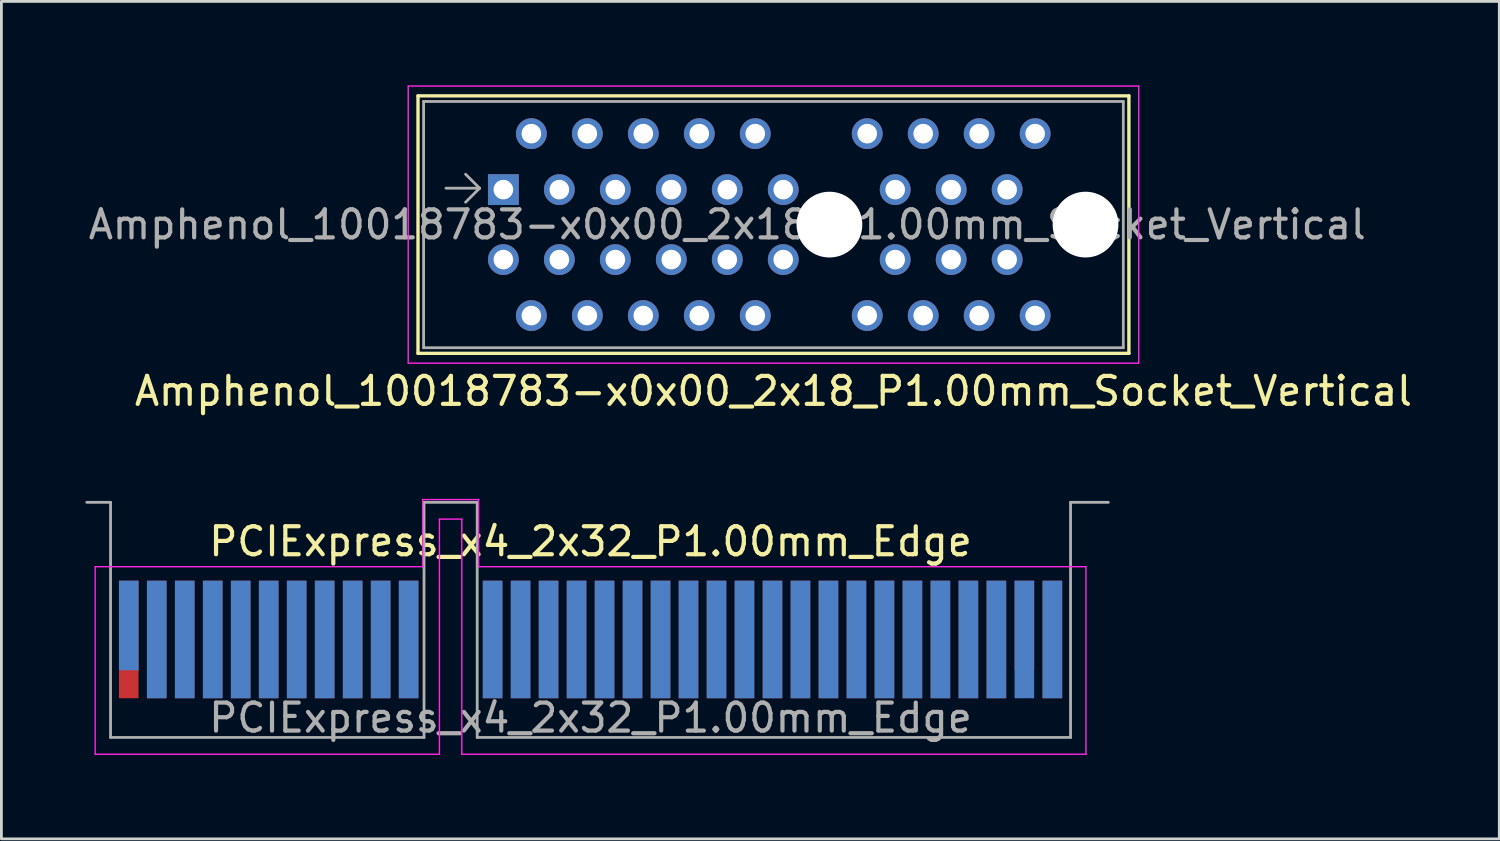
<source format=kicad_pcb>
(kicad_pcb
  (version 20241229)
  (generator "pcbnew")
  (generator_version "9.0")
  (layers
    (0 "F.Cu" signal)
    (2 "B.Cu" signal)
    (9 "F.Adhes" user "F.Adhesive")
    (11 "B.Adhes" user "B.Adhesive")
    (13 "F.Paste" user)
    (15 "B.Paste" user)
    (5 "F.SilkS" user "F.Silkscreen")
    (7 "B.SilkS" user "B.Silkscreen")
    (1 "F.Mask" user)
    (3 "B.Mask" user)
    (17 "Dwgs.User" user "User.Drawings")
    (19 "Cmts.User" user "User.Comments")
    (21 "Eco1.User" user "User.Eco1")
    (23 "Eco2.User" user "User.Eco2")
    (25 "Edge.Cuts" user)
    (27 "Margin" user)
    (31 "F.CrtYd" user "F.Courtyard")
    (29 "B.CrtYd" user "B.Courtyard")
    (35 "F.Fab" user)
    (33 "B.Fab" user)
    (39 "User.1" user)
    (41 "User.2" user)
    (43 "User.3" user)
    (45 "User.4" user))
  (footprint "PCIExpress_x4_2x32_P1.00mm_Edge"
    (layer "F.Cu")
    (at 18.05 19.798)
    (property "Reference" "PCIExpress_x4_2x32_P1.00mm_Edge" (at 0 -3.5 0) (layer "F.SilkS") (effects (font (size 1 1) (thickness 0.15))))
    (attr exclude_from_pos_files exclude_from_bom)
    (fp_line (start -17.7 -2.6) (end -17.7 4.1) (stroke (width 0.05) (type solid)) (layer "F.CrtYd"))
    (fp_line (start -17.7 4.1) (end -5.4 4.1) (stroke (width 0.05) (type solid)) (layer "F.CrtYd"))
    (fp_line (start -6 -5) (end -6 -2.6) (stroke (width 0.05) (type solid)) (layer "F.CrtYd"))
    (fp_line (start -6 -2.6) (end -17.7 -2.6) (stroke (width 0.05) (type solid)) (layer "F.CrtYd"))
    (fp_line (start -5.4 -4.3) (end -4.6 -4.3) (stroke (width 0.05) (type solid)) (layer "F.CrtYd"))
    (fp_line (start -5.4 4.1) (end -5.4 -4.3) (stroke (width 0.05) (type solid)) (layer "F.CrtYd"))
    (fp_line (start -4.6 -4.3) (end -4.6 4.1) (stroke (width 0.05) (type solid)) (layer "F.CrtYd"))
    (fp_line (start -4.6 4.1) (end 17.7 4.1) (stroke (width 0.05) (type solid)) (layer "F.CrtYd"))
    (fp_line (start -4 -5) (end -6 -5) (stroke (width 0.05) (type solid)) (layer "F.CrtYd"))
    (fp_line (start -4 -2.6) (end -4 -5) (stroke (width 0.05) (type solid)) (layer "F.CrtYd"))
    (fp_line (start 17.7 -2.6) (end -4 -2.6) (stroke (width 0.05) (type solid)) (layer "F.CrtYd"))
    (fp_line (start 17.7 4.1) (end 17.7 -2.6) (stroke (width 0.05) (type solid)) (layer "F.CrtYd"))
    (fp_line (start -17.15 -4.9) (end -18 -4.9) (stroke (width 0.1) (type solid)) (layer "F.Fab"))
    (fp_line (start -17.15 -4.9) (end -17.15 3.5) (stroke (width 0.1) (type solid)) (layer "F.Fab"))
    (fp_line (start -17.15 3.5) (end -5.95 3.5) (stroke (width 0.1) (type solid)) (layer "F.Fab"))
    (fp_line (start -5.95 -4.9) (end -5.95 3.5) (stroke (width 0.1) (type solid)) (layer "F.Fab"))
    (fp_line (start -5.95 -4.9) (end -4.05 -4.9) (stroke (width 0.1) (type solid)) (layer "F.Fab"))
    (fp_line (start -4.05 -4.9) (end -4.05 3.5) (stroke (width 0.1) (type solid)) (layer "F.Fab"))
    (fp_line (start -4.05 3.5) (end 17.15 3.5) (stroke (width 0.1) (type solid)) (layer "F.Fab"))
    (fp_line (start 17.15 -4.9) (end 17.15 3.5) (stroke (width 0.1) (type solid)) (layer "F.Fab"))
    (fp_line (start 17.15 -4.9) (end 18.5 -4.9) (stroke (width 0.1) (type solid)) (layer "F.Fab"))
    (fp_text user "${REFERENCE}" (at 0 2.8 0) (layer "F.Fab") (effects (font (size 1 1) (thickness 0.15))))
    (pad "A1" connect rect (at -16.5 -0.5) (size 0.7 3.2) (layers "B.Cu" "B.Mask"))
    (pad "A2" connect rect (at -15.5 0) (size 0.7 4.2) (layers "B.Cu" "B.Mask"))
    (pad "A3" connect rect (at -14.5 0) (size 0.7 4.2) (layers "B.Cu" "B.Mask"))
    (pad "A4" connect rect (at -13.5 0) (size 0.7 4.2) (layers "B.Cu" "B.Mask"))
    (pad "A5" connect rect (at -12.5 0) (size 0.7 4.2) (layers "B.Cu" "B.Mask"))
    (pad "A6" connect rect (at -11.5 0) (size 0.7 4.2) (layers "B.Cu" "B.Mask"))
    (pad "A7" connect rect (at -10.5 0) (size 0.7 4.2) (layers "B.Cu" "B.Mask"))
    (pad "A8" connect rect (at -9.5 0) (size 0.7 4.2) (layers "B.Cu" "B.Mask"))
    (pad "A9" connect rect (at -8.5 0) (size 0.7 4.2) (layers "B.Cu" "B.Mask"))
    (pad "A10" connect rect (at -7.5 0) (size 0.7 4.2) (layers "B.Cu" "B.Mask"))
    (pad "A11" connect rect (at -6.5 0) (size 0.7 4.2) (layers "B.Cu" "B.Mask"))
    (pad "A12" connect rect (at -3.5 0) (size 0.7 4.2) (layers "B.Cu" "B.Mask"))
    (pad "A13" connect rect (at -2.5 0) (size 0.7 4.2) (layers "B.Cu" "B.Mask"))
    (pad "A14" connect rect (at -1.5 0) (size 0.7 4.2) (layers "B.Cu" "B.Mask"))
    (pad "A15" connect rect (at -0.5 0) (size 0.7 4.2) (layers "B.Cu" "B.Mask"))
    (pad "A16" connect rect (at 0.5 0) (size 0.7 4.2) (layers "B.Cu" "B.Mask"))
    (pad "A17" connect rect (at 1.5 0) (size 0.7 4.2) (layers "B.Cu" "B.Mask"))
    (pad "A18" connect rect (at 2.5 0) (size 0.7 4.2) (layers "B.Cu" "B.Mask"))
    (pad "A19" connect rect (at 3.5 0) (size 0.7 4.2) (layers "B.Cu" "B.Mask"))
    (pad "A20" connect rect (at 4.5 0) (size 0.7 4.2) (layers "B.Cu" "B.Mask"))
    (pad "A21" connect rect (at 5.5 0) (size 0.7 4.2) (layers "B.Cu" "B.Mask"))
    (pad "A22" connect rect (at 6.5 0) (size 0.7 4.2) (layers "B.Cu" "B.Mask"))
    (pad "A23" connect rect (at 7.5 0) (size 0.7 4.2) (layers "B.Cu" "B.Mask"))
    (pad "A24" connect rect (at 8.5 0) (size 0.7 4.2) (layers "B.Cu" "B.Mask"))
    (pad "A25" connect rect (at 9.5 0) (size 0.7 4.2) (layers "B.Cu" "B.Mask"))
    (pad "A26" connect rect (at 10.5 0) (size 0.7 4.2) (layers "B.Cu" "B.Mask"))
    (pad "A27" connect rect (at 11.5 0) (size 0.7 4.2) (layers "B.Cu" "B.Mask"))
    (pad "A28" connect rect (at 12.5 0) (size 0.7 4.2) (layers "B.Cu" "B.Mask"))
    (pad "A29" connect rect (at 13.5 0) (size 0.7 4.2) (layers "B.Cu" "B.Mask"))
    (pad "A30" connect rect (at 14.5 0) (size 0.7 4.2) (layers "B.Cu" "B.Mask"))
    (pad "A31" connect rect (at 15.5 0) (size 0.7 4.2) (layers "B.Cu" "B.Mask"))
    (pad "A32" connect rect (at 16.5 0) (size 0.7 4.2) (layers "B.Cu" "B.Mask"))
    (pad "B1" connect rect (at -16.5 0) (size 0.7 4.2) (layers "F.Cu" "F.Mask"))
    (pad "B2" connect rect (at -15.5 0) (size 0.7 4.2) (layers "F.Cu" "F.Mask"))
    (pad "B3" connect rect (at -14.5 0) (size 0.7 4.2) (layers "F.Cu" "F.Mask"))
    (pad "B4" connect rect (at -13.5 0) (size 0.7 4.2) (layers "F.Cu" "F.Mask"))
    (pad "B5" connect rect (at -12.5 0) (size 0.7 4.2) (layers "F.Cu" "F.Mask"))
    (pad "B6" connect rect (at -11.5 0) (size 0.7 4.2) (layers "F.Cu" "F.Mask"))
    (pad "B7" connect rect (at -10.5 0) (size 0.7 4.2) (layers "F.Cu" "F.Mask"))
    (pad "B8" connect rect (at -9.5 0) (size 0.7 4.2) (layers "F.Cu" "F.Mask"))
    (pad "B9" connect rect (at -8.5 0) (size 0.7 4.2) (layers "F.Cu" "F.Mask"))
    (pad "B10" connect rect (at -7.5 0) (size 0.7 4.2) (layers "F.Cu" "F.Mask"))
    (pad "B11" connect rect (at -6.5 0) (size 0.7 4.2) (layers "F.Cu" "F.Mask"))
    (pad "B12" connect rect (at -3.5 0) (size 0.7 4.2) (layers "F.Cu" "F.Mask"))
    (pad "B13" connect rect (at -2.5 0) (size 0.7 4.2) (layers "F.Cu" "F.Mask"))
    (pad "B14" connect rect (at -1.5 0) (size 0.7 4.2) (layers "F.Cu" "F.Mask"))
    (pad "B15" connect rect (at -0.5 0) (size 0.7 4.2) (layers "F.Cu" "F.Mask"))
    (pad "B16" connect rect (at 0.5 0) (size 0.7 4.2) (layers "F.Cu" "F.Mask"))
    (pad "B17" connect rect (at 1.5 0) (size 0.7 4.2) (layers "F.Cu" "F.Mask"))
    (pad "B18" connect rect (at 2.5 0) (size 0.7 4.2) (layers "F.Cu" "F.Mask"))
    (pad "B19" connect rect (at 3.5 0) (size 0.7 4.2) (layers "F.Cu" "F.Mask"))
    (pad "B20" connect rect (at 4.5 0) (size 0.7 4.2) (layers "F.Cu" "F.Mask"))
    (pad "B21" connect rect (at 5.5 0) (size 0.7 4.2) (layers "F.Cu" "F.Mask"))
    (pad "B22" connect rect (at 6.5 0) (size 0.7 4.2) (layers "F.Cu" "F.Mask"))
    (pad "B23" connect rect (at 7.5 0) (size 0.7 4.2) (layers "F.Cu" "F.Mask"))
    (pad "B24" connect rect (at 8.5 0) (size 0.7 4.2) (layers "F.Cu" "F.Mask"))
    (pad "B25" connect rect (at 9.5 0) (size 0.7 4.2) (layers "F.Cu" "F.Mask"))
    (pad "B26" connect rect (at 10.5 0) (size 0.7 4.2) (layers "F.Cu" "F.Mask"))
    (pad "B27" connect rect (at 11.5 0) (size 0.7 4.2) (layers "F.Cu" "F.Mask"))
    (pad "B28" connect rect (at 12.5 0) (size 0.7 4.2) (layers "F.Cu" "F.Mask"))
    (pad "B29" connect rect (at 13.5 0) (size 0.7 4.2) (layers "F.Cu" "F.Mask"))
    (pad "B30" connect rect (at 14.5 0) (size 0.7 4.2) (layers "F.Cu" "F.Mask"))
    (pad "B31" connect rect (at 15.5 -0.5) (size 0.7 3.2) (layers "F.Cu" "F.Mask"))
    (pad "B32" connect rect (at 16.5 0) (size 0.7 4.2) (layers "F.Cu" "F.Mask")))
  (footprint "Amphenol_10018783-x0x00_2x18_P1.00mm_Socket_Vertical"
    (layer "F.Cu")
    (at 14.935 3.725)
    (property "Reference" "Amphenol_10018783-x0x00_2x18_P1.00mm_Socket_Vertical" (at 9.65 7.2 0) (layer "F.SilkS") (effects (font (size 1 1) (thickness 0.15))))
    (attr through_hole)
    (fp_line (start -3.05 -3.35) (end -3.05 5.85) (stroke (width 0.12) (type solid)) (layer "F.SilkS"))
    (fp_line (start -3.05 5.85) (end 22.35 5.85) (stroke (width 0.12) (type solid)) (layer "F.SilkS"))
    (fp_line (start 22.35 -3.35) (end -3.05 -3.35) (stroke (width 0.12) (type solid)) (layer "F.SilkS"))
    (fp_line (start 22.35 5.85) (end 22.35 -3.35) (stroke (width 0.12) (type solid)) (layer "F.SilkS"))
    (fp_line (start -3.4 -3.7) (end -3.4 6.2) (stroke (width 0.05) (type solid)) (layer "F.CrtYd"))
    (fp_line (start -3.4 6.2) (end 22.7 6.2) (stroke (width 0.05) (type solid)) (layer "F.CrtYd"))
    (fp_line (start 22.7 -3.7) (end -3.4 -3.7) (stroke (width 0.05) (type solid)) (layer "F.CrtYd"))
    (fp_line (start 22.7 6.2) (end 22.7 -3.7) (stroke (width 0.05) (type solid)) (layer "F.CrtYd"))
    (fp_line (start -2.85 -3.15) (end -2.85 5.65) (stroke (width 0.1) (type solid)) (layer "F.Fab"))
    (fp_line (start -0.85 -0.05) (end -2.05 -0.05) (stroke (width 0.1) (type solid)) (layer "F.Fab"))
    (fp_line (start -0.85 -0.05) (end -1.35 -0.55) (stroke (width 0.1) (type solid)) (layer "F.Fab"))
    (fp_line (start -0.85 -0.05) (end -1.35 0.45) (stroke (width 0.1) (type solid)) (layer "F.Fab"))
    (fp_line (start 22.15 -3.15) (end -2.85 -3.15) (stroke (width 0.1) (type solid)) (layer "F.Fab"))
    (fp_line (start 22.15 -3.15) (end 22.15 5.65) (stroke (width 0.1) (type solid)) (layer "F.Fab"))
    (fp_line (start 22.15 5.65) (end -2.85 5.65) (stroke (width 0.1) (type solid)) (layer "F.Fab"))
    (fp_text user "${REFERENCE}" (at 8 1.25 0) (layer "F.Fab") (effects (font (size 1 1) (thickness 0.15))))
    (pad "" np_thru_hole circle (at 11.65 1.25) (size 2.35 2.35) (drill 2.35) (layers "*.Cu" "*.Mask"))
    (pad "" np_thru_hole circle (at 20.8 1.25) (size 2.35 2.35) (drill 2.35) (layers "*.Cu" "*.Mask"))
    (pad "A1" thru_hole rect (at 0 0) (size 1.1 1.1) (drill 0.7) (layers "*.Cu" "*.Mask"))
    (pad "A2" thru_hole circle (at 1 -2) (size 1.1 1.1) (drill 0.7) (layers "*.Cu" "*.Mask"))
    (pad "A3" thru_hole circle (at 2 0) (size 1.1 1.1) (drill 0.7) (layers "*.Cu" "*.Mask"))
    (pad "A4" thru_hole circle (at 3 -2) (size 1.1 1.1) (drill 0.7) (layers "*.Cu" "*.Mask"))
    (pad "A5" thru_hole circle (at 4 0) (size 1.1 1.1) (drill 0.7) (layers "*.Cu" "*.Mask"))
    (pad "A6" thru_hole circle (at 5 -2) (size 1.1 1.1) (drill 0.7) (layers "*.Cu" "*.Mask"))
    (pad "A7" thru_hole circle (at 6 0) (size 1.1 1.1) (drill 0.7) (layers "*.Cu" "*.Mask"))
    (pad "A8" thru_hole circle (at 7 -2) (size 1.1 1.1) (drill 0.7) (layers "*.Cu" "*.Mask"))
    (pad "A9" thru_hole circle (at 8 0) (size 1.1 1.1) (drill 0.7) (layers "*.Cu" "*.Mask"))
    (pad "A10" thru_hole circle (at 9 -2) (size 1.1 1.1) (drill 0.7) (layers "*.Cu" "*.Mask"))
    (pad "A11" thru_hole circle (at 10 0) (size 1.1 1.1) (drill 0.7) (layers "*.Cu" "*.Mask"))
    (pad "A12" thru_hole circle (at 13 -2) (size 1.1 1.1) (drill 0.7) (layers "*.Cu" "*.Mask"))
    (pad "A13" thru_hole circle (at 14 0) (size 1.1 1.1) (drill 0.7) (layers "*.Cu" "*.Mask"))
    (pad "A14" thru_hole circle (at 15 -2) (size 1.1 1.1) (drill 0.7) (layers "*.Cu" "*.Mask"))
    (pad "A15" thru_hole circle (at 16 0) (size 1.1 1.1) (drill 0.7) (layers "*.Cu" "*.Mask"))
    (pad "A16" thru_hole circle (at 17 -2) (size 1.1 1.1) (drill 0.7) (layers "*.Cu" "*.Mask"))
    (pad "A17" thru_hole circle (at 18 0) (size 1.1 1.1) (drill 0.7) (layers "*.Cu" "*.Mask"))
    (pad "A18" thru_hole circle (at 19 -2) (size 1.1 1.1) (drill 0.7) (layers "*.Cu" "*.Mask"))
    (pad "B1" thru_hole circle (at 0 2.5) (size 1.1 1.1) (drill 0.7) (layers "*.Cu" "*.Mask"))
    (pad "B2" thru_hole circle (at 1 4.5) (size 1.1 1.1) (drill 0.7) (layers "*.Cu" "*.Mask"))
    (pad "B3" thru_hole circle (at 2 2.5) (size 1.1 1.1) (drill 0.7) (layers "*.Cu" "*.Mask"))
    (pad "B4" thru_hole circle (at 3 4.5) (size 1.1 1.1) (drill 0.7) (layers "*.Cu" "*.Mask"))
    (pad "B5" thru_hole circle (at 4 2.5) (size 1.1 1.1) (drill 0.7) (layers "*.Cu" "*.Mask"))
    (pad "B6" thru_hole circle (at 5 4.5) (size 1.1 1.1) (drill 0.7) (layers "*.Cu" "*.Mask"))
    (pad "B7" thru_hole circle (at 6 2.5) (size 1.1 1.1) (drill 0.7) (layers "*.Cu" "*.Mask"))
    (pad "B8" thru_hole circle (at 7 4.5) (size 1.1 1.1) (drill 0.7) (layers "*.Cu" "*.Mask"))
    (pad "B9" thru_hole circle (at 8 2.5) (size 1.1 1.1) (drill 0.7) (layers "*.Cu" "*.Mask"))
    (pad "B10" thru_hole circle (at 9 4.5) (size 1.1 1.1) (drill 0.7) (layers "*.Cu" "*.Mask"))
    (pad "B11" thru_hole circle (at 10 2.5) (size 1.1 1.1) (drill 0.7) (layers "*.Cu" "*.Mask"))
    (pad "B12" thru_hole circle (at 13 4.5) (size 1.1 1.1) (drill 0.7) (layers "*.Cu" "*.Mask"))
    (pad "B13" thru_hole circle (at 14 2.5) (size 1.1 1.1) (drill 0.7) (layers "*.Cu" "*.Mask"))
    (pad "B14" thru_hole circle (at 15 4.5) (size 1.1 1.1) (drill 0.7) (layers "*.Cu" "*.Mask"))
    (pad "B15" thru_hole circle (at 16 2.5) (size 1.1 1.1) (drill 0.7) (layers "*.Cu" "*.Mask"))
    (pad "B16" thru_hole circle (at 17 4.5) (size 1.1 1.1) (drill 0.7) (layers "*.Cu" "*.Mask"))
    (pad "B17" thru_hole circle (at 18 2.5) (size 1.1 1.1) (drill 0.7) (layers "*.Cu" "*.Mask"))
    (pad "B18" thru_hole circle (at 19 4.5) (size 1.1 1.1) (drill 0.7) (layers "*.Cu" "*.Mask")))
  (gr_rect
    (start -3 -3)
    (end 50.519 26.923)
    (stroke (width 0.1) (type default))
    (fill no)
    (layer "Edge.Cuts")))
</source>
